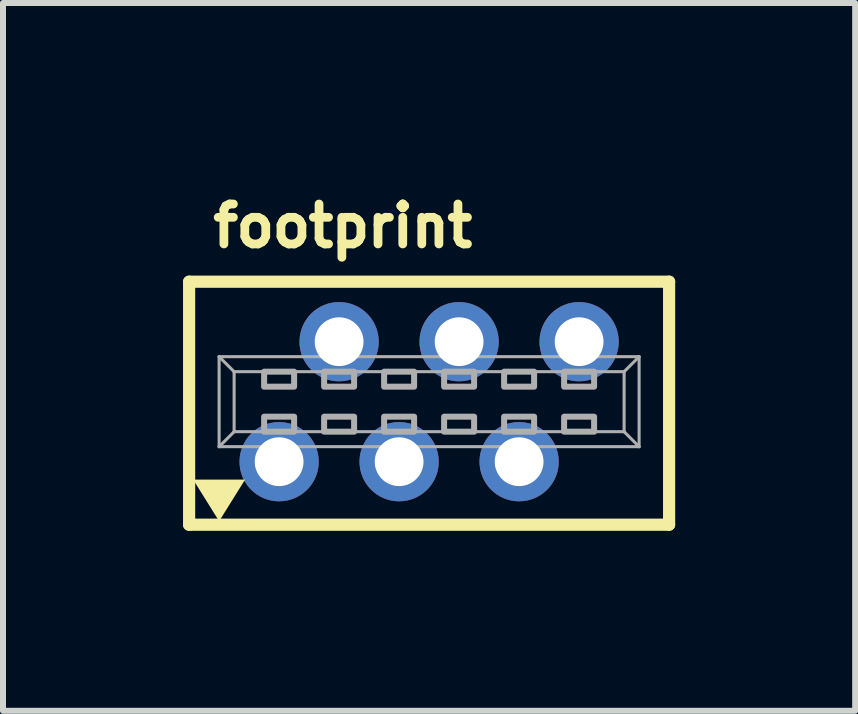
<source format=kicad_pcb>
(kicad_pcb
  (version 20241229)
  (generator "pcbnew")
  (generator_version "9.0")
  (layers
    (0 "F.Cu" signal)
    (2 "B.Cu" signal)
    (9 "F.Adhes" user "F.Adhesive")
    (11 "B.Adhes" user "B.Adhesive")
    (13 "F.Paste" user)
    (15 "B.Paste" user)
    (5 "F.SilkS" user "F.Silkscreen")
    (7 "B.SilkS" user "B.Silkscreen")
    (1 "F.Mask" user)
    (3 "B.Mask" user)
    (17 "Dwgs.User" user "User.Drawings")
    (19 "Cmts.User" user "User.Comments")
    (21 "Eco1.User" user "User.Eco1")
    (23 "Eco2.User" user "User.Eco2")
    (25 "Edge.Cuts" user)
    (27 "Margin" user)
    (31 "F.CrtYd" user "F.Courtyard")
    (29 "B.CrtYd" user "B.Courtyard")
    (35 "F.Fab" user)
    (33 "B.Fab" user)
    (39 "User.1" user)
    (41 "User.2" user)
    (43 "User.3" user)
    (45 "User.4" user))
  (footprint "footprint"
    (layer "F.Cu")
    (at 4.102 3.645)
    (property "Reference" "footprint" (at -3.675 -2.54 0) (layer "F.SilkS") (effects (font (size 0.666 0.666) (thickness 0.146)) (justify left bottom)))
    (fp_line (start -4 -2) (end -4 2.05) (stroke (width 0.203) (type solid)) (layer "F.SilkS"))
    (fp_line (start -4 2.05) (end 4 2.05) (stroke (width 0.203) (type solid)) (layer "F.SilkS"))
    (fp_line (start 4 -2) (end -4 -2) (stroke (width 0.203) (type solid)) (layer "F.SilkS"))
    (fp_line (start 4 -2) (end 4 2.05) (stroke (width 0.203) (type solid)) (layer "F.SilkS"))
    (fp_poly (pts (xy -3.5 1.992) (xy -3.933 1.298) (xy -3.067 1.298)) (stroke (width 0) (type solid)) (fill yes) (layer "F.SilkS"))
    (fp_line (start -3.5 -0.75) (end 3.5 -0.75) (stroke (width 0.051) (type solid)) (layer "F.Fab"))
    (fp_line (start -3.5 0.75) (end -3.5 -0.75) (stroke (width 0.051) (type solid)) (layer "F.Fab"))
    (fp_line (start -3.25 -0.5) (end -3.5 -0.75) (stroke (width 0.051) (type solid)) (layer "F.Fab"))
    (fp_line (start -3.25 -0.5) (end 3.25 -0.5) (stroke (width 0.051) (type solid)) (layer "F.Fab"))
    (fp_line (start -3.25 0.5) (end -3.5 0.75) (stroke (width 0.051) (type solid)) (layer "F.Fab"))
    (fp_line (start -3.25 0.5) (end -3.25 -0.5) (stroke (width 0.051) (type solid)) (layer "F.Fab"))
    (fp_line (start 3.25 -0.5) (end 3.25 0.5) (stroke (width 0.051) (type solid)) (layer "F.Fab"))
    (fp_line (start 3.25 -0.5) (end 3.5 -0.75) (stroke (width 0.051) (type solid)) (layer "F.Fab"))
    (fp_line (start 3.25 0.5) (end -3.25 0.5) (stroke (width 0.051) (type solid)) (layer "F.Fab"))
    (fp_line (start 3.25 0.5) (end 3.5 0.75) (stroke (width 0.051) (type solid)) (layer "F.Fab"))
    (fp_line (start 3.5 -0.75) (end 3.5 0.75) (stroke (width 0.051) (type solid)) (layer "F.Fab"))
    (fp_line (start 3.5 0.75) (end -3.5 0.75) (stroke (width 0.051) (type solid)) (layer "F.Fab"))
    (fp_poly (pts (xy -2.75 -0.25) (xy -2.25 -0.25) (xy -2.25 -0.5) (xy -2.75 -0.5)) (stroke (width 0.1) (type solid)) (fill no) (layer "F.Fab"))
    (fp_poly (pts (xy -2.75 0.5) (xy -2.25 0.5) (xy -2.25 0.25) (xy -2.75 0.25)) (stroke (width 0.1) (type solid)) (fill no) (layer "F.Fab"))
    (fp_poly (pts (xy -1.75 -0.25) (xy -1.25 -0.25) (xy -1.25 -0.5) (xy -1.75 -0.5)) (stroke (width 0.1) (type solid)) (fill no) (layer "F.Fab"))
    (fp_poly (pts (xy -1.75 0.5) (xy -1.25 0.5) (xy -1.25 0.25) (xy -1.75 0.25)) (stroke (width 0.1) (type solid)) (fill no) (layer "F.Fab"))
    (fp_poly (pts (xy -0.75 -0.25) (xy -0.25 -0.25) (xy -0.25 -0.5) (xy -0.75 -0.5)) (stroke (width 0.1) (type solid)) (fill no) (layer "F.Fab"))
    (fp_poly (pts (xy -0.75 0.5) (xy -0.25 0.5) (xy -0.25 0.25) (xy -0.75 0.25)) (stroke (width 0.1) (type solid)) (fill no) (layer "F.Fab"))
    (fp_poly (pts (xy 0.25 -0.25) (xy 0.75 -0.25) (xy 0.75 -0.5) (xy 0.25 -0.5)) (stroke (width 0.1) (type solid)) (fill no) (layer "F.Fab"))
    (fp_poly (pts (xy 0.25 0.5) (xy 0.75 0.5) (xy 0.75 0.25) (xy 0.25 0.25)) (stroke (width 0.1) (type solid)) (fill no) (layer "F.Fab"))
    (fp_poly (pts (xy 1.25 -0.25) (xy 1.75 -0.25) (xy 1.75 -0.5) (xy 1.25 -0.5)) (stroke (width 0.1) (type solid)) (fill no) (layer "F.Fab"))
    (fp_poly (pts (xy 1.25 0.5) (xy 1.75 0.5) (xy 1.75 0.25) (xy 1.25 0.25)) (stroke (width 0.1) (type solid)) (fill no) (layer "F.Fab"))
    (fp_poly (pts (xy 2.25 -0.25) (xy 2.75 -0.25) (xy 2.75 -0.5) (xy 2.25 -0.5)) (stroke (width 0.1) (type solid)) (fill no) (layer "F.Fab"))
    (fp_poly (pts (xy 2.25 0.5) (xy 2.75 0.5) (xy 2.75 0.25) (xy 2.25 0.25)) (stroke (width 0.1) (type solid)) (fill no) (layer "F.Fab"))
    (pad "1" thru_hole circle (at -2.5 1) (size 1.321 1.321) (drill 0.813) (layers "*.Cu" "*.Mask"))
    (pad "2" thru_hole circle (at -1.5 -1) (size 1.321 1.321) (drill 0.813) (layers "*.Cu" "*.Mask"))
    (pad "3" thru_hole circle (at -0.5 1) (size 1.321 1.321) (drill 0.813) (layers "*.Cu" "*.Mask"))
    (pad "4" thru_hole circle (at 0.5 -1) (size 1.321 1.321) (drill 0.813) (layers "*.Cu" "*.Mask"))
    (pad "5" thru_hole circle (at 1.5 1) (size 1.321 1.321) (drill 0.813) (layers "*.Cu" "*.Mask"))
    (pad "6" thru_hole circle (at 2.5 -1) (size 1.321 1.321) (drill 0.813) (layers "*.Cu" "*.Mask")))
  (gr_rect
    (start -3 -3)
    (end 11.203 8.797)
    (stroke (width 0.1) (type default))
    (fill no)
    (layer "Edge.Cuts")))
</source>
